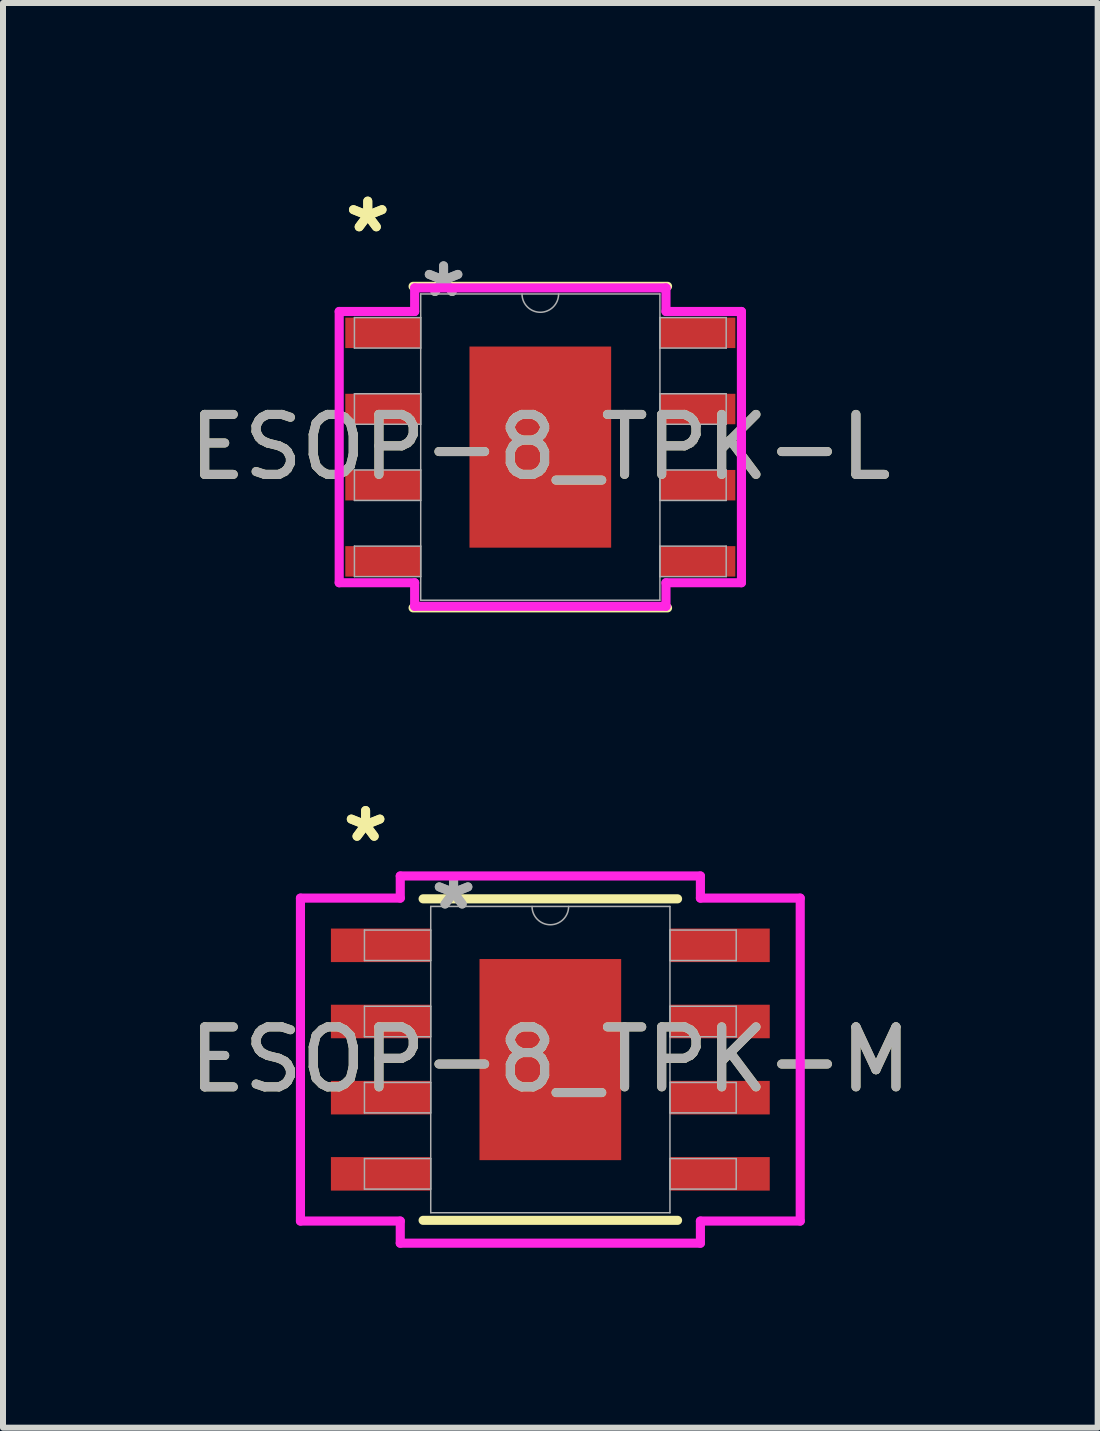
<source format=kicad_pcb>
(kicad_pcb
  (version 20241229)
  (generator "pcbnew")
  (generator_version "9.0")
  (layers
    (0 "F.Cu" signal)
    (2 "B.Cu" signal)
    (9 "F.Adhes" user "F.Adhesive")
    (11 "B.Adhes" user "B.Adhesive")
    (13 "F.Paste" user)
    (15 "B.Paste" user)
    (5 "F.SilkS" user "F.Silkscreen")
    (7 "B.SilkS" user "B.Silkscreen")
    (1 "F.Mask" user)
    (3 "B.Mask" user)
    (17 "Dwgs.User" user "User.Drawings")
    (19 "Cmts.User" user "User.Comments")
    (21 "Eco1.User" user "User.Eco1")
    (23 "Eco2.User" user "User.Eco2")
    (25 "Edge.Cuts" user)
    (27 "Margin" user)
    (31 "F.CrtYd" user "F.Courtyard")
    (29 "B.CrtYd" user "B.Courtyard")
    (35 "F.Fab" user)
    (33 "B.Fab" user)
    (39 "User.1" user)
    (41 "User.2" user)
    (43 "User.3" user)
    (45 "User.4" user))
  (footprint "ESOP-8_TPK-M"
    (layer "F.Cu")
    (at 6.125 14.615)
    (property "Reference" "ESOP-8_TPK-M" (at 0 0 0) (unlocked yes) (layer "F.SilkS") (effects (font (size 1 1) (thickness 0.15))))
    (attr smd)
    (fp_line (start -2.121 2.68) (end 2.121 2.68) (stroke (width 0.152) (type solid)) (layer "F.SilkS"))
    (fp_line (start 2.121 -2.68) (end -2.121 -2.68) (stroke (width 0.152) (type solid)) (layer "F.SilkS"))
    (fp_poly (pts (xy -1.081 -1.576) (xy -1.081 -0.1) (xy 1.081 -0.1) (xy 1.081 -1.576)) (stroke (width 0) (type solid)) (fill yes) (layer "F.Paste"))
    (fp_poly (pts (xy -1.081 0.1) (xy -1.081 1.576) (xy 1.081 1.576) (xy 1.081 0.1)) (stroke (width 0) (type solid)) (fill yes) (layer "F.Paste"))
    (fp_line (start -4.166 -2.692) (end -2.502 -2.692) (stroke (width 0.152) (type solid)) (layer "F.CrtYd"))
    (fp_line (start -4.166 2.692) (end -4.166 -2.692) (stroke (width 0.152) (type solid)) (layer "F.CrtYd"))
    (fp_line (start -4.166 2.692) (end -2.502 2.692) (stroke (width 0.152) (type solid)) (layer "F.CrtYd"))
    (fp_line (start -2.502 -3.061) (end 2.502 -3.061) (stroke (width 0.152) (type solid)) (layer "F.CrtYd"))
    (fp_line (start -2.502 -2.692) (end -2.502 -3.061) (stroke (width 0.152) (type solid)) (layer "F.CrtYd"))
    (fp_line (start -2.502 3.061) (end -2.502 2.692) (stroke (width 0.152) (type solid)) (layer "F.CrtYd"))
    (fp_line (start 2.502 -3.061) (end 2.502 -2.692) (stroke (width 0.152) (type solid)) (layer "F.CrtYd"))
    (fp_line (start 2.502 2.692) (end 2.502 3.061) (stroke (width 0.152) (type solid)) (layer "F.CrtYd"))
    (fp_line (start 2.502 3.061) (end -2.502 3.061) (stroke (width 0.152) (type solid)) (layer "F.CrtYd"))
    (fp_line (start 4.166 -2.692) (end 2.502 -2.692) (stroke (width 0.152) (type solid)) (layer "F.CrtYd"))
    (fp_line (start 4.166 -2.692) (end 4.166 2.692) (stroke (width 0.152) (type solid)) (layer "F.CrtYd"))
    (fp_line (start 4.166 2.692) (end 2.502 2.692) (stroke (width 0.152) (type solid)) (layer "F.CrtYd"))
    (fp_line (start -3.099 -2.159) (end -3.099 -1.651) (stroke (width 0.025) (type solid)) (layer "F.Fab"))
    (fp_line (start -3.099 -1.651) (end -1.994 -1.651) (stroke (width 0.025) (type solid)) (layer "F.Fab"))
    (fp_line (start -3.099 -0.889) (end -3.099 -0.381) (stroke (width 0.025) (type solid)) (layer "F.Fab"))
    (fp_line (start -3.099 -0.381) (end -1.994 -0.381) (stroke (width 0.025) (type solid)) (layer "F.Fab"))
    (fp_line (start -3.099 0.381) (end -3.099 0.889) (stroke (width 0.025) (type solid)) (layer "F.Fab"))
    (fp_line (start -3.099 0.889) (end -1.994 0.889) (stroke (width 0.025) (type solid)) (layer "F.Fab"))
    (fp_line (start -3.099 1.651) (end -3.099 2.159) (stroke (width 0.025) (type solid)) (layer "F.Fab"))
    (fp_line (start -3.099 2.159) (end -1.994 2.159) (stroke (width 0.025) (type solid)) (layer "F.Fab"))
    (fp_line (start -1.994 -2.553) (end -1.994 2.553) (stroke (width 0.025) (type solid)) (layer "F.Fab"))
    (fp_line (start -1.994 -2.159) (end -3.099 -2.159) (stroke (width 0.025) (type solid)) (layer "F.Fab"))
    (fp_line (start -1.994 -1.651) (end -1.994 -2.159) (stroke (width 0.025) (type solid)) (layer "F.Fab"))
    (fp_line (start -1.994 -0.889) (end -3.099 -0.889) (stroke (width 0.025) (type solid)) (layer "F.Fab"))
    (fp_line (start -1.994 -0.381) (end -1.994 -0.889) (stroke (width 0.025) (type solid)) (layer "F.Fab"))
    (fp_line (start -1.994 0.381) (end -3.099 0.381) (stroke (width 0.025) (type solid)) (layer "F.Fab"))
    (fp_line (start -1.994 0.889) (end -1.994 0.381) (stroke (width 0.025) (type solid)) (layer "F.Fab"))
    (fp_line (start -1.994 1.651) (end -3.099 1.651) (stroke (width 0.025) (type solid)) (layer "F.Fab"))
    (fp_line (start -1.994 2.159) (end -1.994 1.651) (stroke (width 0.025) (type solid)) (layer "F.Fab"))
    (fp_line (start -1.994 2.553) (end 1.994 2.553) (stroke (width 0.025) (type solid)) (layer "F.Fab"))
    (fp_line (start 1.994 -2.553) (end -1.994 -2.553) (stroke (width 0.025) (type solid)) (layer "F.Fab"))
    (fp_line (start 1.994 -2.159) (end 1.994 -1.651) (stroke (width 0.025) (type solid)) (layer "F.Fab"))
    (fp_line (start 1.994 -1.651) (end 3.099 -1.651) (stroke (width 0.025) (type solid)) (layer "F.Fab"))
    (fp_line (start 1.994 -0.889) (end 1.994 -0.381) (stroke (width 0.025) (type solid)) (layer "F.Fab"))
    (fp_line (start 1.994 -0.381) (end 3.099 -0.381) (stroke (width 0.025) (type solid)) (layer "F.Fab"))
    (fp_line (start 1.994 0.381) (end 1.994 0.889) (stroke (width 0.025) (type solid)) (layer "F.Fab"))
    (fp_line (start 1.994 0.889) (end 3.099 0.889) (stroke (width 0.025) (type solid)) (layer "F.Fab"))
    (fp_line (start 1.994 1.651) (end 1.994 2.159) (stroke (width 0.025) (type solid)) (layer "F.Fab"))
    (fp_line (start 1.994 2.159) (end 3.099 2.159) (stroke (width 0.025) (type solid)) (layer "F.Fab"))
    (fp_line (start 1.994 2.553) (end 1.994 -2.553) (stroke (width 0.025) (type solid)) (layer "F.Fab"))
    (fp_line (start 3.099 -2.159) (end 1.994 -2.159) (stroke (width 0.025) (type solid)) (layer "F.Fab"))
    (fp_line (start 3.099 -1.651) (end 3.099 -2.159) (stroke (width 0.025) (type solid)) (layer "F.Fab"))
    (fp_line (start 3.099 -0.889) (end 1.994 -0.889) (stroke (width 0.025) (type solid)) (layer "F.Fab"))
    (fp_line (start 3.099 -0.381) (end 3.099 -0.889) (stroke (width 0.025) (type solid)) (layer "F.Fab"))
    (fp_line (start 3.099 0.381) (end 1.994 0.381) (stroke (width 0.025) (type solid)) (layer "F.Fab"))
    (fp_line (start 3.099 0.889) (end 3.099 0.381) (stroke (width 0.025) (type solid)) (layer "F.Fab"))
    (fp_line (start 3.099 1.651) (end 1.994 1.651) (stroke (width 0.025) (type solid)) (layer "F.Fab"))
    (fp_line (start 3.099 2.159) (end 3.099 1.651) (stroke (width 0.025) (type solid)) (layer "F.Fab"))
    (fp_arc (start 0.3048 -2.5527) (mid 0 -2.2479) (end -0.3048 -2.5527) (stroke (width 0.0254) (type solid)) (layer "F.Fab"))
    (fp_text user "*" (at -3.08 -3.607 0) (unlocked yes) (layer "F.SilkS") (effects (font (size 1 1) (thickness 0.15))))
    (fp_text user "*" (at -3.08 -3.607 0) (layer "F.SilkS") (effects (font (size 1 1) (thickness 0.15))))
    (fp_text user "*" (at -1.613 -2.477 0) (layer "F.Fab") (effects (font (size 1 1) (thickness 0.15))))
    (fp_text user "*" (at -1.613 -2.477 0) (unlocked yes) (layer "F.Fab") (effects (font (size 1 1) (thickness 0.15))))
    (fp_text user "${REFERENCE}" (at 0 0 0) (unlocked yes) (layer "F.Fab") (effects (font (size 1 1) (thickness 0.15))))
    (pad "1" smd rect (at -2.826 -1.905) (size 1.664 0.559) (layers "F.Cu" "F.Mask" "F.Paste"))
    (pad "2" smd rect (at -2.826 -0.635) (size 1.664 0.559) (layers "F.Cu" "F.Mask" "F.Paste"))
    (pad "3" smd rect (at -2.826 0.635) (size 1.664 0.559) (layers "F.Cu" "F.Mask" "F.Paste"))
    (pad "4" smd rect (at -2.826 1.905) (size 1.664 0.559) (layers "F.Cu" "F.Mask" "F.Paste"))
    (pad "5" smd rect (at 2.826 1.905) (size 1.664 0.559) (layers "F.Cu" "F.Mask" "F.Paste"))
    (pad "6" smd rect (at 2.826 0.635) (size 1.664 0.559) (layers "F.Cu" "F.Mask" "F.Paste"))
    (pad "7" smd rect (at 2.826 -0.635) (size 1.664 0.559) (layers "F.Cu" "F.Mask" "F.Paste"))
    (pad "8" smd rect (at 2.826 -1.905) (size 1.664 0.559) (layers "F.Cu" "F.Mask" "F.Paste"))
    (pad "9" smd rect (at 0 0) (size 2.362 3.353) (layers "F.Cu" "F.Mask")))
  (footprint "ESOP-8_TPK-L"
    (layer "F.Cu")
    (at 5.958 4.404)
    (property "Reference" "ESOP-8_TPK-L" (at 0 0 0) (unlocked yes) (layer "F.SilkS") (effects (font (size 1 1) (thickness 0.15))))
    (attr smd)
    (fp_line (start -2.121 2.68) (end 2.121 2.68) (stroke (width 0.152) (type solid)) (layer "F.SilkS"))
    (fp_line (start 2.121 -2.68) (end -2.121 -2.68) (stroke (width 0.152) (type solid)) (layer "F.SilkS"))
    (fp_poly (pts (xy -1.081 -1.576) (xy -1.081 -0.1) (xy 1.081 -0.1) (xy 1.081 -1.576)) (stroke (width 0) (type solid)) (fill yes) (layer "F.Paste"))
    (fp_poly (pts (xy -1.081 0.1) (xy -1.081 1.576) (xy 1.081 1.576) (xy 1.081 0.1)) (stroke (width 0) (type solid)) (fill yes) (layer "F.Paste"))
    (fp_line (start -3.353 -2.261) (end -2.095 -2.261) (stroke (width 0.152) (type solid)) (layer "F.CrtYd"))
    (fp_line (start -3.353 2.261) (end -3.353 -2.261) (stroke (width 0.152) (type solid)) (layer "F.CrtYd"))
    (fp_line (start -3.353 2.261) (end -2.095 2.261) (stroke (width 0.152) (type solid)) (layer "F.CrtYd"))
    (fp_line (start -2.095 -2.654) (end 2.095 -2.654) (stroke (width 0.152) (type solid)) (layer "F.CrtYd"))
    (fp_line (start -2.095 -2.261) (end -2.095 -2.654) (stroke (width 0.152) (type solid)) (layer "F.CrtYd"))
    (fp_line (start -2.095 2.654) (end -2.095 2.261) (stroke (width 0.152) (type solid)) (layer "F.CrtYd"))
    (fp_line (start 2.095 -2.654) (end 2.095 -2.261) (stroke (width 0.152) (type solid)) (layer "F.CrtYd"))
    (fp_line (start 2.095 2.261) (end 2.095 2.654) (stroke (width 0.152) (type solid)) (layer "F.CrtYd"))
    (fp_line (start 2.095 2.654) (end -2.095 2.654) (stroke (width 0.152) (type solid)) (layer "F.CrtYd"))
    (fp_line (start 3.353 -2.261) (end 2.095 -2.261) (stroke (width 0.152) (type solid)) (layer "F.CrtYd"))
    (fp_line (start 3.353 -2.261) (end 3.353 2.261) (stroke (width 0.152) (type solid)) (layer "F.CrtYd"))
    (fp_line (start 3.353 2.261) (end 2.095 2.261) (stroke (width 0.152) (type solid)) (layer "F.CrtYd"))
    (fp_line (start -3.099 -2.159) (end -3.099 -1.651) (stroke (width 0.025) (type solid)) (layer "F.Fab"))
    (fp_line (start -3.099 -1.651) (end -1.994 -1.651) (stroke (width 0.025) (type solid)) (layer "F.Fab"))
    (fp_line (start -3.099 -0.889) (end -3.099 -0.381) (stroke (width 0.025) (type solid)) (layer "F.Fab"))
    (fp_line (start -3.099 -0.381) (end -1.994 -0.381) (stroke (width 0.025) (type solid)) (layer "F.Fab"))
    (fp_line (start -3.099 0.381) (end -3.099 0.889) (stroke (width 0.025) (type solid)) (layer "F.Fab"))
    (fp_line (start -3.099 0.889) (end -1.994 0.889) (stroke (width 0.025) (type solid)) (layer "F.Fab"))
    (fp_line (start -3.099 1.651) (end -3.099 2.159) (stroke (width 0.025) (type solid)) (layer "F.Fab"))
    (fp_line (start -3.099 2.159) (end -1.994 2.159) (stroke (width 0.025) (type solid)) (layer "F.Fab"))
    (fp_line (start -1.994 -2.553) (end -1.994 2.553) (stroke (width 0.025) (type solid)) (layer "F.Fab"))
    (fp_line (start -1.994 -2.159) (end -3.099 -2.159) (stroke (width 0.025) (type solid)) (layer "F.Fab"))
    (fp_line (start -1.994 -1.651) (end -1.994 -2.159) (stroke (width 0.025) (type solid)) (layer "F.Fab"))
    (fp_line (start -1.994 -0.889) (end -3.099 -0.889) (stroke (width 0.025) (type solid)) (layer "F.Fab"))
    (fp_line (start -1.994 -0.381) (end -1.994 -0.889) (stroke (width 0.025) (type solid)) (layer "F.Fab"))
    (fp_line (start -1.994 0.381) (end -3.099 0.381) (stroke (width 0.025) (type solid)) (layer "F.Fab"))
    (fp_line (start -1.994 0.889) (end -1.994 0.381) (stroke (width 0.025) (type solid)) (layer "F.Fab"))
    (fp_line (start -1.994 1.651) (end -3.099 1.651) (stroke (width 0.025) (type solid)) (layer "F.Fab"))
    (fp_line (start -1.994 2.159) (end -1.994 1.651) (stroke (width 0.025) (type solid)) (layer "F.Fab"))
    (fp_line (start -1.994 2.553) (end 1.994 2.553) (stroke (width 0.025) (type solid)) (layer "F.Fab"))
    (fp_line (start 1.994 -2.553) (end -1.994 -2.553) (stroke (width 0.025) (type solid)) (layer "F.Fab"))
    (fp_line (start 1.994 -2.159) (end 1.994 -1.651) (stroke (width 0.025) (type solid)) (layer "F.Fab"))
    (fp_line (start 1.994 -1.651) (end 3.099 -1.651) (stroke (width 0.025) (type solid)) (layer "F.Fab"))
    (fp_line (start 1.994 -0.889) (end 1.994 -0.381) (stroke (width 0.025) (type solid)) (layer "F.Fab"))
    (fp_line (start 1.994 -0.381) (end 3.099 -0.381) (stroke (width 0.025) (type solid)) (layer "F.Fab"))
    (fp_line (start 1.994 0.381) (end 1.994 0.889) (stroke (width 0.025) (type solid)) (layer "F.Fab"))
    (fp_line (start 1.994 0.889) (end 3.099 0.889) (stroke (width 0.025) (type solid)) (layer "F.Fab"))
    (fp_line (start 1.994 1.651) (end 1.994 2.159) (stroke (width 0.025) (type solid)) (layer "F.Fab"))
    (fp_line (start 1.994 2.159) (end 3.099 2.159) (stroke (width 0.025) (type solid)) (layer "F.Fab"))
    (fp_line (start 1.994 2.553) (end 1.994 -2.553) (stroke (width 0.025) (type solid)) (layer "F.Fab"))
    (fp_line (start 3.099 -2.159) (end 1.994 -2.159) (stroke (width 0.025) (type solid)) (layer "F.Fab"))
    (fp_line (start 3.099 -1.651) (end 3.099 -2.159) (stroke (width 0.025) (type solid)) (layer "F.Fab"))
    (fp_line (start 3.099 -0.889) (end 1.994 -0.889) (stroke (width 0.025) (type solid)) (layer "F.Fab"))
    (fp_line (start 3.099 -0.381) (end 3.099 -0.889) (stroke (width 0.025) (type solid)) (layer "F.Fab"))
    (fp_line (start 3.099 0.381) (end 1.994 0.381) (stroke (width 0.025) (type solid)) (layer "F.Fab"))
    (fp_line (start 3.099 0.889) (end 3.099 0.381) (stroke (width 0.025) (type solid)) (layer "F.Fab"))
    (fp_line (start 3.099 1.651) (end 1.994 1.651) (stroke (width 0.025) (type solid)) (layer "F.Fab"))
    (fp_line (start 3.099 2.159) (end 3.099 1.651) (stroke (width 0.025) (type solid)) (layer "F.Fab"))
    (fp_arc (start 0.3048 -2.5527) (mid 0 -2.2479) (end -0.3048 -2.5527) (stroke (width 0.0254) (type solid)) (layer "F.Fab"))
    (fp_text user "*" (at -2.877 -3.556 0) (layer "F.SilkS") (effects (font (size 1 1) (thickness 0.15))))
    (fp_text user "*" (at -2.877 -3.556 0) (unlocked yes) (layer "F.SilkS") (effects (font (size 1 1) (thickness 0.15))))
    (fp_text user "${REFERENCE}" (at 0 0 0) (unlocked yes) (layer "F.Fab") (effects (font (size 1 1) (thickness 0.15))))
    (fp_text user "*" (at -1.613 -2.477 0) (unlocked yes) (layer "F.Fab") (effects (font (size 1 1) (thickness 0.15))))
    (fp_text user "*" (at -1.613 -2.477 0) (layer "F.Fab") (effects (font (size 1 1) (thickness 0.15))))
    (pad "1" smd rect (at -2.623 -1.905) (size 1.257 0.508) (layers "F.Cu" "F.Mask" "F.Paste"))
    (pad "2" smd rect (at -2.623 -0.635) (size 1.257 0.508) (layers "F.Cu" "F.Mask" "F.Paste"))
    (pad "3" smd rect (at -2.623 0.635) (size 1.257 0.508) (layers "F.Cu" "F.Mask" "F.Paste"))
    (pad "4" smd rect (at -2.623 1.905) (size 1.257 0.508) (layers "F.Cu" "F.Mask" "F.Paste"))
    (pad "5" smd rect (at 2.623 1.905) (size 1.257 0.508) (layers "F.Cu" "F.Mask" "F.Paste"))
    (pad "6" smd rect (at 2.623 0.635) (size 1.257 0.508) (layers "F.Cu" "F.Mask" "F.Paste"))
    (pad "7" smd rect (at 2.623 -0.635) (size 1.257 0.508) (layers "F.Cu" "F.Mask" "F.Paste"))
    (pad "8" smd rect (at 2.623 -1.905) (size 1.257 0.508) (layers "F.Cu" "F.Mask" "F.Paste"))
    (pad "9" smd rect (at 0 0) (size 2.362 3.353) (layers "F.Cu" "F.Mask")))
  (gr_rect
    (start -3 -3)
    (end 15.25 20.752)
    (stroke (width 0.1) (type default))
    (fill no)
    (layer "Edge.Cuts")))
</source>
